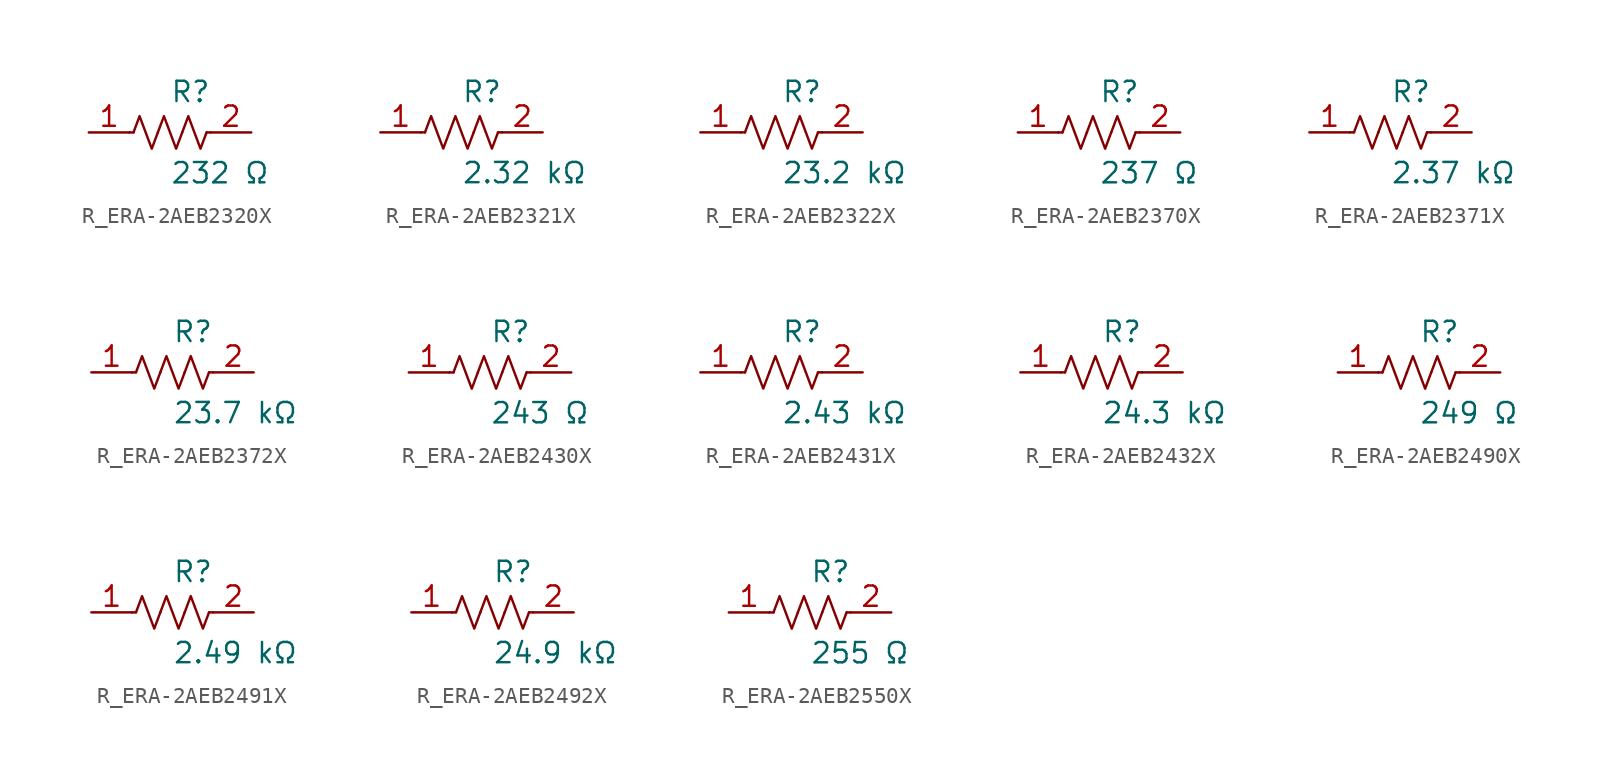
<source format=kicad_sym>
(kicad_symbol_lib
  (version 20231120)
  (generator kicad_symbol_editor)
  (generator_version 8.0)
  (symbol "R_ERA-2AEB2320X"
    (pin_names
      (offset 0.254))
    (property "Reference" "R"
      (at 0.0 2.54 0)
      (effects (font (size 1.27 1.27)) (justify left)))
    (property "Value" "232 Ω"
      (at 0.0 -2.54 0)
      (effects (font (size 1.27 1.27)) (justify left)))
    (symbol "R_ERA-2AEB2320X_0_1"
      (polyline (pts (xy 2.286 0) (xy 2.54 0)) (stroke (width 0) (type default)) (fill (type none)))
      (polyline (pts (xy -2.286 0) (xy -2.54 0)) (stroke (width 0) (type default)) (fill (type none)))
      (polyline (pts (xy 0.762 0) (xy 1.143 1.016) (xy 1.524 0) (xy 1.905 -1.016) (xy 2.286 0)) (stroke (width 0) (type default)) (fill (type none)))
      (polyline (pts (xy -0.762 0) (xy -0.381 1.016) (xy 0 0) (xy 0.381 -1.016) (xy 0.762 0)) (stroke (width 0) (type default)) (fill (type none)))
      (polyline (pts (xy -2.286 0) (xy -1.905 1.016) (xy -1.524 0) (xy -1.143 -1.016) (xy -0.762 0)) (stroke (width 0) (type default)) (fill (type none))))
    (pin unspecified line
      (at -5.08 0 0)
      (length 2.54)
      (name "" (effects (font (size 1.27 1.27))))
      (number "1" (effects (font (size 1.27 1.27)))))
    (pin unspecified line
      (at 5.08 0 180)
      (length 2.54)
      (name "" (effects (font (size 1.27 1.27))))
      (number "2" (effects (font (size 1.27 1.27))))))
  (symbol "R_ERA-2AEB2321X"
    (pin_names
      (offset 0.254))
    (property "Reference" "R"
      (at 0.0 2.54 0)
      (effects (font (size 1.27 1.27)) (justify left)))
    (property "Value" "2.32 kΩ"
      (at 0.0 -2.54 0)
      (effects (font (size 1.27 1.27)) (justify left)))
    (symbol "R_ERA-2AEB2321X_0_1"
      (polyline (pts (xy 2.286 0) (xy 2.54 0)) (stroke (width 0) (type default)) (fill (type none)))
      (polyline (pts (xy -2.286 0) (xy -2.54 0)) (stroke (width 0) (type default)) (fill (type none)))
      (polyline (pts (xy 0.762 0) (xy 1.143 1.016) (xy 1.524 0) (xy 1.905 -1.016) (xy 2.286 0)) (stroke (width 0) (type default)) (fill (type none)))
      (polyline (pts (xy -0.762 0) (xy -0.381 1.016) (xy 0 0) (xy 0.381 -1.016) (xy 0.762 0)) (stroke (width 0) (type default)) (fill (type none)))
      (polyline (pts (xy -2.286 0) (xy -1.905 1.016) (xy -1.524 0) (xy -1.143 -1.016) (xy -0.762 0)) (stroke (width 0) (type default)) (fill (type none))))
    (pin unspecified line
      (at -5.08 0 0)
      (length 2.54)
      (name "" (effects (font (size 1.27 1.27))))
      (number "1" (effects (font (size 1.27 1.27)))))
    (pin unspecified line
      (at 5.08 0 180)
      (length 2.54)
      (name "" (effects (font (size 1.27 1.27))))
      (number "2" (effects (font (size 1.27 1.27))))))
  (symbol "R_ERA-2AEB2322X"
    (pin_names
      (offset 0.254))
    (property "Reference" "R"
      (at 0.0 2.54 0)
      (effects (font (size 1.27 1.27)) (justify left)))
    (property "Value" "23.2 kΩ"
      (at 0.0 -2.54 0)
      (effects (font (size 1.27 1.27)) (justify left)))
    (symbol "R_ERA-2AEB2322X_0_1"
      (polyline (pts (xy 2.286 0) (xy 2.54 0)) (stroke (width 0) (type default)) (fill (type none)))
      (polyline (pts (xy -2.286 0) (xy -2.54 0)) (stroke (width 0) (type default)) (fill (type none)))
      (polyline (pts (xy 0.762 0) (xy 1.143 1.016) (xy 1.524 0) (xy 1.905 -1.016) (xy 2.286 0)) (stroke (width 0) (type default)) (fill (type none)))
      (polyline (pts (xy -0.762 0) (xy -0.381 1.016) (xy 0 0) (xy 0.381 -1.016) (xy 0.762 0)) (stroke (width 0) (type default)) (fill (type none)))
      (polyline (pts (xy -2.286 0) (xy -1.905 1.016) (xy -1.524 0) (xy -1.143 -1.016) (xy -0.762 0)) (stroke (width 0) (type default)) (fill (type none))))
    (pin unspecified line
      (at -5.08 0 0)
      (length 2.54)
      (name "" (effects (font (size 1.27 1.27))))
      (number "1" (effects (font (size 1.27 1.27)))))
    (pin unspecified line
      (at 5.08 0 180)
      (length 2.54)
      (name "" (effects (font (size 1.27 1.27))))
      (number "2" (effects (font (size 1.27 1.27))))))
  (symbol "R_ERA-2AEB2370X"
    (pin_names
      (offset 0.254))
    (property "Reference" "R"
      (at 0.0 2.54 0)
      (effects (font (size 1.27 1.27)) (justify left)))
    (property "Value" "237 Ω"
      (at 0.0 -2.54 0)
      (effects (font (size 1.27 1.27)) (justify left)))
    (symbol "R_ERA-2AEB2370X_0_1"
      (polyline (pts (xy 2.286 0) (xy 2.54 0)) (stroke (width 0) (type default)) (fill (type none)))
      (polyline (pts (xy -2.286 0) (xy -2.54 0)) (stroke (width 0) (type default)) (fill (type none)))
      (polyline (pts (xy 0.762 0) (xy 1.143 1.016) (xy 1.524 0) (xy 1.905 -1.016) (xy 2.286 0)) (stroke (width 0) (type default)) (fill (type none)))
      (polyline (pts (xy -0.762 0) (xy -0.381 1.016) (xy 0 0) (xy 0.381 -1.016) (xy 0.762 0)) (stroke (width 0) (type default)) (fill (type none)))
      (polyline (pts (xy -2.286 0) (xy -1.905 1.016) (xy -1.524 0) (xy -1.143 -1.016) (xy -0.762 0)) (stroke (width 0) (type default)) (fill (type none))))
    (pin unspecified line
      (at -5.08 0 0)
      (length 2.54)
      (name "" (effects (font (size 1.27 1.27))))
      (number "1" (effects (font (size 1.27 1.27)))))
    (pin unspecified line
      (at 5.08 0 180)
      (length 2.54)
      (name "" (effects (font (size 1.27 1.27))))
      (number "2" (effects (font (size 1.27 1.27))))))
  (symbol "R_ERA-2AEB2371X"
    (pin_names
      (offset 0.254))
    (property "Reference" "R"
      (at 0.0 2.54 0)
      (effects (font (size 1.27 1.27)) (justify left)))
    (property "Value" "2.37 kΩ"
      (at 0.0 -2.54 0)
      (effects (font (size 1.27 1.27)) (justify left)))
    (symbol "R_ERA-2AEB2371X_0_1"
      (polyline (pts (xy 2.286 0) (xy 2.54 0)) (stroke (width 0) (type default)) (fill (type none)))
      (polyline (pts (xy -2.286 0) (xy -2.54 0)) (stroke (width 0) (type default)) (fill (type none)))
      (polyline (pts (xy 0.762 0) (xy 1.143 1.016) (xy 1.524 0) (xy 1.905 -1.016) (xy 2.286 0)) (stroke (width 0) (type default)) (fill (type none)))
      (polyline (pts (xy -0.762 0) (xy -0.381 1.016) (xy 0 0) (xy 0.381 -1.016) (xy 0.762 0)) (stroke (width 0) (type default)) (fill (type none)))
      (polyline (pts (xy -2.286 0) (xy -1.905 1.016) (xy -1.524 0) (xy -1.143 -1.016) (xy -0.762 0)) (stroke (width 0) (type default)) (fill (type none))))
    (pin unspecified line
      (at -5.08 0 0)
      (length 2.54)
      (name "" (effects (font (size 1.27 1.27))))
      (number "1" (effects (font (size 1.27 1.27)))))
    (pin unspecified line
      (at 5.08 0 180)
      (length 2.54)
      (name "" (effects (font (size 1.27 1.27))))
      (number "2" (effects (font (size 1.27 1.27))))))
  (symbol "R_ERA-2AEB2372X"
    (pin_names
      (offset 0.254))
    (property "Reference" "R"
      (at 0.0 2.54 0)
      (effects (font (size 1.27 1.27)) (justify left)))
    (property "Value" "23.7 kΩ"
      (at 0.0 -2.54 0)
      (effects (font (size 1.27 1.27)) (justify left)))
    (symbol "R_ERA-2AEB2372X_0_1"
      (polyline (pts (xy 2.286 0) (xy 2.54 0)) (stroke (width 0) (type default)) (fill (type none)))
      (polyline (pts (xy -2.286 0) (xy -2.54 0)) (stroke (width 0) (type default)) (fill (type none)))
      (polyline (pts (xy 0.762 0) (xy 1.143 1.016) (xy 1.524 0) (xy 1.905 -1.016) (xy 2.286 0)) (stroke (width 0) (type default)) (fill (type none)))
      (polyline (pts (xy -0.762 0) (xy -0.381 1.016) (xy 0 0) (xy 0.381 -1.016) (xy 0.762 0)) (stroke (width 0) (type default)) (fill (type none)))
      (polyline (pts (xy -2.286 0) (xy -1.905 1.016) (xy -1.524 0) (xy -1.143 -1.016) (xy -0.762 0)) (stroke (width 0) (type default)) (fill (type none))))
    (pin unspecified line
      (at -5.08 0 0)
      (length 2.54)
      (name "" (effects (font (size 1.27 1.27))))
      (number "1" (effects (font (size 1.27 1.27)))))
    (pin unspecified line
      (at 5.08 0 180)
      (length 2.54)
      (name "" (effects (font (size 1.27 1.27))))
      (number "2" (effects (font (size 1.27 1.27))))))
  (symbol "R_ERA-2AEB2430X"
    (pin_names
      (offset 0.254))
    (property "Reference" "R"
      (at 0.0 2.54 0)
      (effects (font (size 1.27 1.27)) (justify left)))
    (property "Value" "243 Ω"
      (at 0.0 -2.54 0)
      (effects (font (size 1.27 1.27)) (justify left)))
    (symbol "R_ERA-2AEB2430X_0_1"
      (polyline (pts (xy 2.286 0) (xy 2.54 0)) (stroke (width 0) (type default)) (fill (type none)))
      (polyline (pts (xy -2.286 0) (xy -2.54 0)) (stroke (width 0) (type default)) (fill (type none)))
      (polyline (pts (xy 0.762 0) (xy 1.143 1.016) (xy 1.524 0) (xy 1.905 -1.016) (xy 2.286 0)) (stroke (width 0) (type default)) (fill (type none)))
      (polyline (pts (xy -0.762 0) (xy -0.381 1.016) (xy 0 0) (xy 0.381 -1.016) (xy 0.762 0)) (stroke (width 0) (type default)) (fill (type none)))
      (polyline (pts (xy -2.286 0) (xy -1.905 1.016) (xy -1.524 0) (xy -1.143 -1.016) (xy -0.762 0)) (stroke (width 0) (type default)) (fill (type none))))
    (pin unspecified line
      (at -5.08 0 0)
      (length 2.54)
      (name "" (effects (font (size 1.27 1.27))))
      (number "1" (effects (font (size 1.27 1.27)))))
    (pin unspecified line
      (at 5.08 0 180)
      (length 2.54)
      (name "" (effects (font (size 1.27 1.27))))
      (number "2" (effects (font (size 1.27 1.27))))))
  (symbol "R_ERA-2AEB2431X"
    (pin_names
      (offset 0.254))
    (property "Reference" "R"
      (at 0.0 2.54 0)
      (effects (font (size 1.27 1.27)) (justify left)))
    (property "Value" "2.43 kΩ"
      (at 0.0 -2.54 0)
      (effects (font (size 1.27 1.27)) (justify left)))
    (symbol "R_ERA-2AEB2431X_0_1"
      (polyline (pts (xy 2.286 0) (xy 2.54 0)) (stroke (width 0) (type default)) (fill (type none)))
      (polyline (pts (xy -2.286 0) (xy -2.54 0)) (stroke (width 0) (type default)) (fill (type none)))
      (polyline (pts (xy 0.762 0) (xy 1.143 1.016) (xy 1.524 0) (xy 1.905 -1.016) (xy 2.286 0)) (stroke (width 0) (type default)) (fill (type none)))
      (polyline (pts (xy -0.762 0) (xy -0.381 1.016) (xy 0 0) (xy 0.381 -1.016) (xy 0.762 0)) (stroke (width 0) (type default)) (fill (type none)))
      (polyline (pts (xy -2.286 0) (xy -1.905 1.016) (xy -1.524 0) (xy -1.143 -1.016) (xy -0.762 0)) (stroke (width 0) (type default)) (fill (type none))))
    (pin unspecified line
      (at -5.08 0 0)
      (length 2.54)
      (name "" (effects (font (size 1.27 1.27))))
      (number "1" (effects (font (size 1.27 1.27)))))
    (pin unspecified line
      (at 5.08 0 180)
      (length 2.54)
      (name "" (effects (font (size 1.27 1.27))))
      (number "2" (effects (font (size 1.27 1.27))))))
  (symbol "R_ERA-2AEB2432X"
    (pin_names
      (offset 0.254))
    (property "Reference" "R"
      (at 0.0 2.54 0)
      (effects (font (size 1.27 1.27)) (justify left)))
    (property "Value" "24.3 kΩ"
      (at 0.0 -2.54 0)
      (effects (font (size 1.27 1.27)) (justify left)))
    (symbol "R_ERA-2AEB2432X_0_1"
      (polyline (pts (xy 2.286 0) (xy 2.54 0)) (stroke (width 0) (type default)) (fill (type none)))
      (polyline (pts (xy -2.286 0) (xy -2.54 0)) (stroke (width 0) (type default)) (fill (type none)))
      (polyline (pts (xy 0.762 0) (xy 1.143 1.016) (xy 1.524 0) (xy 1.905 -1.016) (xy 2.286 0)) (stroke (width 0) (type default)) (fill (type none)))
      (polyline (pts (xy -0.762 0) (xy -0.381 1.016) (xy 0 0) (xy 0.381 -1.016) (xy 0.762 0)) (stroke (width 0) (type default)) (fill (type none)))
      (polyline (pts (xy -2.286 0) (xy -1.905 1.016) (xy -1.524 0) (xy -1.143 -1.016) (xy -0.762 0)) (stroke (width 0) (type default)) (fill (type none))))
    (pin unspecified line
      (at -5.08 0 0)
      (length 2.54)
      (name "" (effects (font (size 1.27 1.27))))
      (number "1" (effects (font (size 1.27 1.27)))))
    (pin unspecified line
      (at 5.08 0 180)
      (length 2.54)
      (name "" (effects (font (size 1.27 1.27))))
      (number "2" (effects (font (size 1.27 1.27))))))
  (symbol "R_ERA-2AEB2490X"
    (pin_names
      (offset 0.254))
    (property "Reference" "R"
      (at 0.0 2.54 0)
      (effects (font (size 1.27 1.27)) (justify left)))
    (property "Value" "249 Ω"
      (at 0.0 -2.54 0)
      (effects (font (size 1.27 1.27)) (justify left)))
    (symbol "R_ERA-2AEB2490X_0_1"
      (polyline (pts (xy 2.286 0) (xy 2.54 0)) (stroke (width 0) (type default)) (fill (type none)))
      (polyline (pts (xy -2.286 0) (xy -2.54 0)) (stroke (width 0) (type default)) (fill (type none)))
      (polyline (pts (xy 0.762 0) (xy 1.143 1.016) (xy 1.524 0) (xy 1.905 -1.016) (xy 2.286 0)) (stroke (width 0) (type default)) (fill (type none)))
      (polyline (pts (xy -0.762 0) (xy -0.381 1.016) (xy 0 0) (xy 0.381 -1.016) (xy 0.762 0)) (stroke (width 0) (type default)) (fill (type none)))
      (polyline (pts (xy -2.286 0) (xy -1.905 1.016) (xy -1.524 0) (xy -1.143 -1.016) (xy -0.762 0)) (stroke (width 0) (type default)) (fill (type none))))
    (pin unspecified line
      (at -5.08 0 0)
      (length 2.54)
      (name "" (effects (font (size 1.27 1.27))))
      (number "1" (effects (font (size 1.27 1.27)))))
    (pin unspecified line
      (at 5.08 0 180)
      (length 2.54)
      (name "" (effects (font (size 1.27 1.27))))
      (number "2" (effects (font (size 1.27 1.27))))))
  (symbol "R_ERA-2AEB2491X"
    (pin_names
      (offset 0.254))
    (property "Reference" "R"
      (at 0.0 2.54 0)
      (effects (font (size 1.27 1.27)) (justify left)))
    (property "Value" "2.49 kΩ"
      (at 0.0 -2.54 0)
      (effects (font (size 1.27 1.27)) (justify left)))
    (symbol "R_ERA-2AEB2491X_0_1"
      (polyline (pts (xy 2.286 0) (xy 2.54 0)) (stroke (width 0) (type default)) (fill (type none)))
      (polyline (pts (xy -2.286 0) (xy -2.54 0)) (stroke (width 0) (type default)) (fill (type none)))
      (polyline (pts (xy 0.762 0) (xy 1.143 1.016) (xy 1.524 0) (xy 1.905 -1.016) (xy 2.286 0)) (stroke (width 0) (type default)) (fill (type none)))
      (polyline (pts (xy -0.762 0) (xy -0.381 1.016) (xy 0 0) (xy 0.381 -1.016) (xy 0.762 0)) (stroke (width 0) (type default)) (fill (type none)))
      (polyline (pts (xy -2.286 0) (xy -1.905 1.016) (xy -1.524 0) (xy -1.143 -1.016) (xy -0.762 0)) (stroke (width 0) (type default)) (fill (type none))))
    (pin unspecified line
      (at -5.08 0 0)
      (length 2.54)
      (name "" (effects (font (size 1.27 1.27))))
      (number "1" (effects (font (size 1.27 1.27)))))
    (pin unspecified line
      (at 5.08 0 180)
      (length 2.54)
      (name "" (effects (font (size 1.27 1.27))))
      (number "2" (effects (font (size 1.27 1.27))))))
  (symbol "R_ERA-2AEB2492X"
    (pin_names
      (offset 0.254))
    (property "Reference" "R"
      (at 0.0 2.54 0)
      (effects (font (size 1.27 1.27)) (justify left)))
    (property "Value" "24.9 kΩ"
      (at 0.0 -2.54 0)
      (effects (font (size 1.27 1.27)) (justify left)))
    (symbol "R_ERA-2AEB2492X_0_1"
      (polyline (pts (xy 2.286 0) (xy 2.54 0)) (stroke (width 0) (type default)) (fill (type none)))
      (polyline (pts (xy -2.286 0) (xy -2.54 0)) (stroke (width 0) (type default)) (fill (type none)))
      (polyline (pts (xy 0.762 0) (xy 1.143 1.016) (xy 1.524 0) (xy 1.905 -1.016) (xy 2.286 0)) (stroke (width 0) (type default)) (fill (type none)))
      (polyline (pts (xy -0.762 0) (xy -0.381 1.016) (xy 0 0) (xy 0.381 -1.016) (xy 0.762 0)) (stroke (width 0) (type default)) (fill (type none)))
      (polyline (pts (xy -2.286 0) (xy -1.905 1.016) (xy -1.524 0) (xy -1.143 -1.016) (xy -0.762 0)) (stroke (width 0) (type default)) (fill (type none))))
    (pin unspecified line
      (at -5.08 0 0)
      (length 2.54)
      (name "" (effects (font (size 1.27 1.27))))
      (number "1" (effects (font (size 1.27 1.27)))))
    (pin unspecified line
      (at 5.08 0 180)
      (length 2.54)
      (name "" (effects (font (size 1.27 1.27))))
      (number "2" (effects (font (size 1.27 1.27))))))
  (symbol "R_ERA-2AEB2550X"
    (pin_names
      (offset 0.254))
    (property "Reference" "R"
      (at 0.0 2.54 0)
      (effects (font (size 1.27 1.27)) (justify left)))
    (property "Value" "255 Ω"
      (at 0.0 -2.54 0)
      (effects (font (size 1.27 1.27)) (justify left)))
    (symbol "R_ERA-2AEB2550X_0_1"
      (polyline (pts (xy 2.286 0) (xy 2.54 0)) (stroke (width 0) (type default)) (fill (type none)))
      (polyline (pts (xy -2.286 0) (xy -2.54 0)) (stroke (width 0) (type default)) (fill (type none)))
      (polyline (pts (xy 0.762 0) (xy 1.143 1.016) (xy 1.524 0) (xy 1.905 -1.016) (xy 2.286 0)) (stroke (width 0) (type default)) (fill (type none)))
      (polyline (pts (xy -0.762 0) (xy -0.381 1.016) (xy 0 0) (xy 0.381 -1.016) (xy 0.762 0)) (stroke (width 0) (type default)) (fill (type none)))
      (polyline (pts (xy -2.286 0) (xy -1.905 1.016) (xy -1.524 0) (xy -1.143 -1.016) (xy -0.762 0)) (stroke (width 0) (type default)) (fill (type none))))
    (pin unspecified line
      (at -5.08 0 0)
      (length 2.54)
      (name "" (effects (font (size 1.27 1.27))))
      (number "1" (effects (font (size 1.27 1.27)))))
    (pin unspecified line
      (at 5.08 0 180)
      (length 2.54)
      (name "" (effects (font (size 1.27 1.27))))
      (number "2" (effects (font (size 1.27 1.27)))))))
</source>
